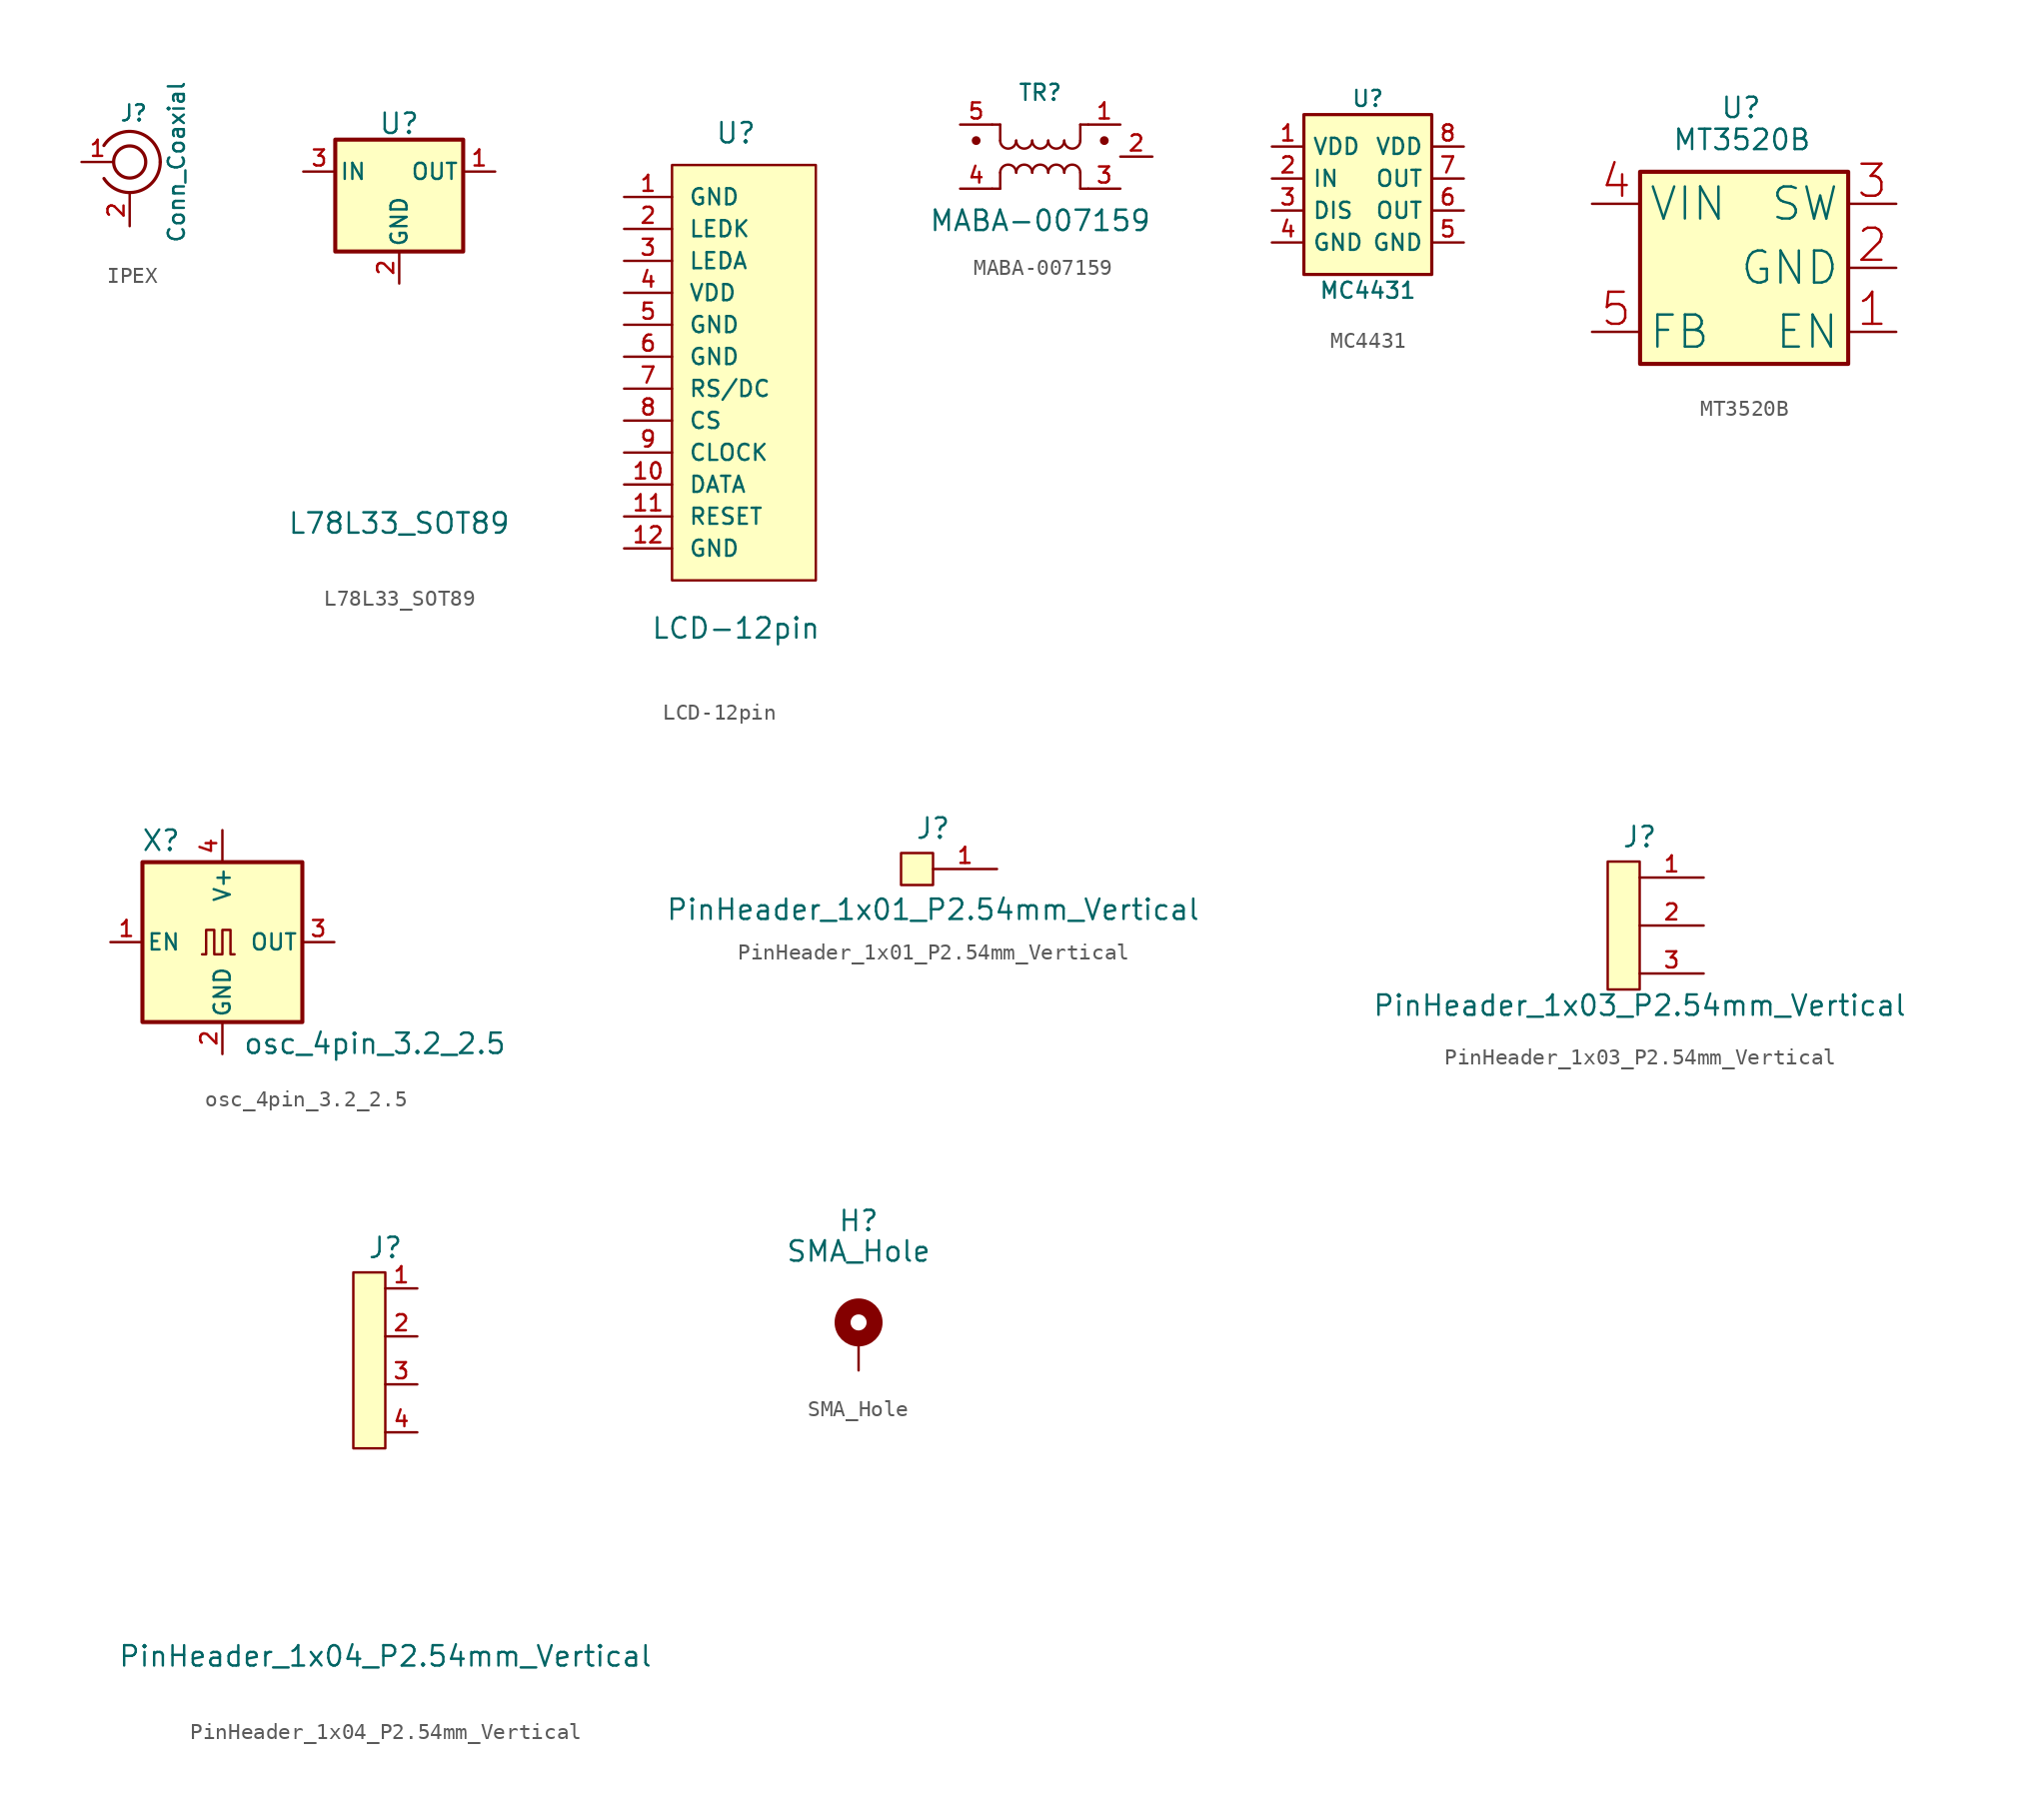
<source format=kicad_sym>
(kicad_symbol_lib
  (version 20231120)
  (generator "kicad_symbol_editor")
  (generator_version "8.0")
  (symbol "IPEX"
    (pin_names
      (offset 1.016) hide)
    (property "Reference" "J"
      (at 0.254 3.048 0)
      (effects (font (size 1 1))))
    (property "Value" "Conn_Coaxial"
      (at 2.921 0 90)
      (effects (font (size 1 1))))
    (symbol "IPEX_0_1"
      (circle (center 0 0) (radius 1) (stroke (width 0.203) (type default)) (fill (type none))))
    (symbol "IPEX_1_1"
      (arc (start -1.6025 -1.0296) (mid 0.5338 -1.8284) (end 1.9046 -0.0056) (stroke (width 0.2) (type default)) (fill (type none)))
      (arc (start 1.9062 0) (mid 0.5346 1.8297) (end -1.6065 1.0264) (stroke (width 0.2) (type default)) (fill (type none)))
      (pin passive line (at -3 0 0) (length 2) (name "In" (effects (font (size 1 1)))) (number "1" (effects (font (size 1 1)))))
      (pin passive line (at 0 -4 90) (length 2) (name "Ext" (effects (font (size 1 1)))) (number "2" (effects (font (size 1 1)))))))
  (symbol "L78L33_SOT89"
    (pin_names
      (offset 0.254))
    (property "Reference" "U"
      (at 0 3 0)
      (effects (font (size 1.27 1.27))))
    (property "Value" "L78L33_SOT89"
      (at -7 -22 0)
      (effects (font (size 1.27 1.27)) (justify left)))
    (symbol "L78L33_SOT89_0_1"
      (rectangle (start -4 2) (end 4 -5) (stroke (width 0.254) (type default)) (fill (type background))))
    (symbol "L78L33_SOT89_1_1"
      (pin power_out line (at 6 0 180) (length 2) (name "OUT" (effects (font (size 1 1)))) (number "1" (effects (font (size 1 1)))))
      (pin power_in line (at 0 -7 90) (length 2) (name "GND" (effects (font (size 1 1)))) (number "2" (effects (font (size 1 1)))))
      (pin power_in line (at -6 0 0) (length 2) (name "IN" (effects (font (size 1 1)))) (number "3" (effects (font (size 1 1)))))))
  (symbol "LCD-12pin"
    (pin_names
      (offset 1.016))
    (property "Reference" "U"
      (at 7 4 0)
      (effects (font (size 1.27 1.27))))
    (property "Value" "LCD-12pin"
      (at 7 -27 0)
      (effects (font (size 1.27 1.27))))
    (symbol "LCD-12pin_1_1"
      (rectangle (start 3 2) (end 12 -24) (stroke (width 0) (type default)) (fill (type background)))
      (pin bidirectional line (at 0 0 0) (length 3) (name "GND" (effects (font (size 1 1)))) (number "1" (effects (font (size 1 1)))))
      (pin passive line (at 0 -18 0) (length 3) (name "DATA" (effects (font (size 1 1)))) (number "10" (effects (font (size 1 1)))))
      (pin passive line (at 0 -20 0) (length 3) (name "RESET" (effects (font (size 1 1)))) (number "11" (effects (font (size 1 1)))))
      (pin passive line (at 0 -22 0) (length 3) (name "GND" (effects (font (size 1 1)))) (number "12" (effects (font (size 1 1)))))
      (pin passive line (at 0 -2 0) (length 3) (name "LEDK" (effects (font (size 1 1)))) (number "2" (effects (font (size 1 1)))))
      (pin passive line (at 0 -4 0) (length 3) (name "LEDA" (effects (font (size 1 1)))) (number "3" (effects (font (size 1 1)))))
      (pin passive line (at 0 -6 0) (length 3) (name "VDD" (effects (font (size 1 1)))) (number "4" (effects (font (size 1 1)))))
      (pin passive line (at 0 -8 0) (length 3) (name "GND" (effects (font (size 1 1)))) (number "5" (effects (font (size 1 1)))))
      (pin passive line (at 0 -10 0) (length 3) (name "GND" (effects (font (size 1 1)))) (number "6" (effects (font (size 1 1)))))
      (pin passive line (at 0 -12 0) (length 3) (name "RS/DC" (effects (font (size 1 1)))) (number "7" (effects (font (size 1 1)))))
      (pin passive line (at 0 -14 0) (length 3) (name "CS" (effects (font (size 1 1)))) (number "8" (effects (font (size 1 1)))))
      (pin passive line (at 0 -16 0) (length 3) (name "CLOCK" (effects (font (size 1 1)))) (number "9" (effects (font (size 1 1)))))))
  (symbol "MABA-007159"
    (pin_names hide)
    (property "Reference" "TR"
      (at 0 3 0)
      (effects (font (size 1 1))))
    (property "Value" "MABA-007159"
      (at 0 -5 0)
      (effects (font (size 1.27 1.27))))
    (symbol "MABA-007159_1_1"
      (circle (center -4 0) (radius 0.2) (stroke (width 0) (type default)) (fill (type outline)))
      (arc (start -2.5 0) (mid -2 -0.5) (end -1.5 0) (stroke (width 0) (type default)) (fill (type none)))
      (arc (start -1.5 -2) (mid -2 -1.5) (end -2.5 -2) (stroke (width 0) (type default)) (fill (type none)))
      (arc (start -1.5 0) (mid -1 -0.5) (end -0.5 0) (stroke (width 0) (type default)) (fill (type none)))
      (arc (start -0.5 -2) (mid -1 -1.5) (end -1.5 -2) (stroke (width 0) (type default)) (fill (type none)))
      (arc (start -0.5 0) (mid 0 -0.5) (end 0.5 0) (stroke (width 0) (type default)) (fill (type none)))
      (polyline (pts (xy -3 -3) (xy -2.5 -3)) (stroke (width 0) (type default)) (fill (type none)))
      (polyline (pts (xy -2.5 -2) (xy -2.5 -3)) (stroke (width 0) (type default)) (fill (type none)))
      (polyline (pts (xy -2.5 0) (xy -2.5 1)) (stroke (width 0) (type default)) (fill (type none)))
      (polyline (pts (xy -2.5 1) (xy -3 1)) (stroke (width 0) (type default)) (fill (type none)))
      (polyline (pts (xy 2.5 -3) (xy 3 -3)) (stroke (width 0) (type default)) (fill (type none)))
      (polyline (pts (xy 2.5 -2) (xy 2.5 -3)) (stroke (width 0) (type default)) (fill (type none)))
      (polyline (pts (xy 2.5 1) (xy 2.5 -0.008)) (stroke (width 0) (type default)) (fill (type none)))
      (polyline (pts (xy 2.5 1) (xy 3 1)) (stroke (width 0) (type default)) (fill (type none)))
      (arc (start 0.5 -2) (mid 0 -1.5) (end -0.5 -2) (stroke (width 0) (type default)) (fill (type none)))
      (arc (start 0.5 0) (mid 1 -0.5) (end 1.5 0) (stroke (width 0) (type default)) (fill (type none)))
      (arc (start 1.5 -2) (mid 1 -1.5) (end 0.5 -2) (stroke (width 0) (type default)) (fill (type none)))
      (arc (start 1.5 0) (mid 2 -0.5) (end 2.5 0) (stroke (width 0) (type default)) (fill (type none)))
      (arc (start 2.5 -2) (mid 2 -1.5) (end 1.5 -2) (stroke (width 0) (type default)) (fill (type none)))
      (circle (center 4 0) (radius 0.2) (stroke (width 0) (type default)) (fill (type outline)))
      (pin passive line (at 5 1 180) (length 2) (name "~" (effects (font (size 1 1)))) (number "1" (effects (font (size 1 1)))))
      (pin passive line (at 7 -1 180) (length 2) (name "~" (effects (font (size 1 1)))) (number "2" (effects (font (size 1 1)))))
      (pin passive line (at 5 -3 180) (length 2) (name "~" (effects (font (size 1 1)))) (number "3" (effects (font (size 1 1)))))
      (pin passive line (at -5 -3 0) (length 2) (name "~" (effects (font (size 1 1)))) (number "4" (effects (font (size 1 1)))))
      (pin passive line (at -5 1 0) (length 2) (name "~" (effects (font (size 1 1)))) (number "5" (effects (font (size 1 1)))))))
  (symbol "MC4431"
    (property "Reference" "U"
      (at 0 6 0)
      (effects (font (size 1 1))))
    (property "Value" "MC4431"
      (at 0 -6 0)
      (effects (font (size 1 1))))
    (symbol "MC4431_1_1"
      (rectangle (start -4 5) (end 4 -5) (stroke (width 0.2) (type default)) (fill (type background)))
      (pin power_in line (at -6 3 0) (length 2) (name "VDD" (effects (font (size 1 1)))) (number "1" (effects (font (size 1 1)))))
      (pin input line (at -6 1 0) (length 2) (name "IN" (effects (font (size 1 1)))) (number "2" (effects (font (size 1 1)))))
      (pin input line (at -6 -1 0) (length 2) (name "DIS" (effects (font (size 1 1)))) (number "3" (effects (font (size 1 1)))))
      (pin power_in line (at -6 -3 0) (length 2) (name "GND" (effects (font (size 1 1)))) (number "4" (effects (font (size 1 1)))))
      (pin power_in line (at 6 -3 180) (length 2) (name "GND" (effects (font (size 1 1)))) (number "5" (effects (font (size 1 1)))))
      (pin output line (at 6 -1 180) (length 2) (name "OUT" (effects (font (size 1 1)))) (number "6" (effects (font (size 1 1)))))
      (pin output line (at 6 1 180) (length 2) (name "OUT" (effects (font (size 1 1)))) (number "7" (effects (font (size 1 1)))))
      (pin power_in line (at 6 3 180) (length 2) (name "VDD" (effects (font (size 1 1)))) (number "8" (effects (font (size 1 1)))))))
  (symbol "MT3520B"
    (property "Reference" "U"
      (at 0 9 0)
      (effects (font (size 1.27 1.27)) (justify left)))
    (property "Value" "MT3520B"
      (at -3 7 0)
      (effects (font (size 1.27 1.27)) (justify left)))
    (symbol "MT3520B_0_1"
      (rectangle (start -5 5) (end 8 -7) (stroke (width 0.254) (type default)) (fill (type background))))
    (symbol "MT3520B_1_1"
      (pin input line (at 11 -5 180) (length 3) (name "EN" (effects (font (size 2 2)))) (number "1" (effects (font (size 2 2)))))
      (pin passive line (at 11 -1 180) (length 3) (name "GND" (effects (font (size 2 2)))) (number "2" (effects (font (size 2 2)))))
      (pin power_out line (at 11 3 180) (length 3) (name "SW" (effects (font (size 2 2)))) (number "3" (effects (font (size 2 2)))))
      (pin power_in line (at -8 3 0) (length 3) (name "VIN" (effects (font (size 2 2)))) (number "4" (effects (font (size 2 2)))))
      (pin power_in line (at -8 -5 0) (length 3) (name "FB" (effects (font (size 2 2)))) (number "5" (effects (font (size 2 2)))))))
  (symbol "osc_4pin_3.2_2.5"
    (pin_names
      (offset 0.254))
    (property "Reference" "X"
      (at -5.08 6.35 0)
      (effects (font (size 1.27 1.27)) (justify left)))
    (property "Value" "osc_4pin_3.2_2.5"
      (at 1.27 -6.35 0)
      (effects (font (size 1.27 1.27)) (justify left)))
    (symbol "osc_4pin_3.2_2.5_0_1"
      (rectangle (start -5 5) (end 5 -5) (stroke (width 0.254) (type default)) (fill (type background)))
      (polyline (pts (xy 0.762 -0.762) (xy 0.508 -0.762) (xy 0.508 0.762) (xy 0 0.762) (xy 0 -0.762) (xy -0.508 -0.762) (xy -0.508 0.762) (xy -1.016 0.762) (xy -1.016 -0.762) (xy -1.27 -0.762)) (stroke (width 0) (type default)) (fill (type none))))
    (symbol "osc_4pin_3.2_2.5_1_1"
      (pin input line (at -7 0 0) (length 2) (name "EN" (effects (font (size 1 1)))) (number "1" (effects (font (size 1 1)))))
      (pin power_in line (at 0 -7 90) (length 2) (name "GND" (effects (font (size 1 1)))) (number "2" (effects (font (size 1 1)))))
      (pin output line (at 7 0 180) (length 2) (name "OUT" (effects (font (size 1 1)))) (number "3" (effects (font (size 1 1)))))
      (pin power_in line (at 0 7 270) (length 2) (name "V+" (effects (font (size 1 1)))) (number "4" (effects (font (size 1 1)))))))
  (symbol "PinHeader_1x01_P2.54mm_Vertical"
    (pin_names
      (offset 1.016) hide)
    (property "Reference" "J"
      (at 0 2.54 0)
      (effects (font (size 1.27 1.27))))
    (property "Value" "PinHeader_1x01_P2.54mm_Vertical"
      (at 0 -2.54 0)
      (effects (font (size 1.27 1.27))))
    (property "ki_locked" ""
      (at 0 0 0)
      (effects (font (size 1.27 1.27))))
    (symbol "PinHeader_1x01_P2.54mm_Vertical_1_1"
      (rectangle (start -2 1) (end 0 -1) (stroke (width 0) (type default)) (fill (type background)))
      (pin passive line (at 4 0 180) (length 4) (name "Pin_1" (effects (font (size 1 1)))) (number "1" (effects (font (size 1 1)))))))
  (symbol "PinHeader_1x03_P2.54mm_Vertical"
    (pin_names
      (offset 1.016) hide)
    (property "Reference" "J"
      (at 0 2.54 0)
      (effects (font (size 1.27 1.27))))
    (property "Value" "PinHeader_1x03_P2.54mm_Vertical"
      (at 0 -8 0)
      (effects (font (size 1.27 1.27))))
    (property "ki_locked" ""
      (at 0 0 0)
      (effects (font (size 1.27 1.27))))
    (symbol "PinHeader_1x03_P2.54mm_Vertical_1_1"
      (rectangle (start -2 1) (end 0 -7) (stroke (width 0) (type default)) (fill (type background)))
      (pin passive line (at 4 0 180) (length 4) (name "Pin_1" (effects (font (size 1 1)))) (number "1" (effects (font (size 1 1)))))
      (pin passive line (at 4 -3 180) (length 4) (name "Pin_2" (effects (font (size 1 1)))) (number "2" (effects (font (size 1 1)))))
      (pin passive line (at 4 -6 180) (length 4) (name "Pin_3" (effects (font (size 1 1)))) (number "3" (effects (font (size 1 1)))))))
  (symbol "PinHeader_1x04_P2.54mm_Vertical"
    (pin_names
      (offset 1.016) hide)
    (property "Reference" "J"
      (at 0 2.54 0)
      (effects (font (size 1.27 1.27))))
    (property "Value" "PinHeader_1x04_P2.54mm_Vertical"
      (at 0 -23 0)
      (effects (font (size 1.27 1.27))))
    (property "ki_locked" ""
      (at 0 0 0)
      (effects (font (size 1.27 1.27))))
    (symbol "PinHeader_1x04_P2.54mm_Vertical_1_1"
      (rectangle (start -2 1) (end 0 -10) (stroke (width 0) (type default)) (fill (type background)))
      (pin passive line (at 2 0 180) (length 2) (name "Pin_1" (effects (font (size 1 1)))) (number "1" (effects (font (size 1 1)))))
      (pin passive line (at 2 -3 180) (length 2) (name "Pin_2" (effects (font (size 1 1)))) (number "2" (effects (font (size 1 1)))))
      (pin passive line (at 2 -6 180) (length 2) (name "Pin_3" (effects (font (size 1 1)))) (number "3" (effects (font (size 1 1)))))
      (pin passive line (at 2 -9 180) (length 2) (name "Pin_4" (effects (font (size 1 1)))) (number "4" (effects (font (size 1 1)))))))
  (symbol "SMA_Hole"
    (pin_numbers hide)
    (pin_names
      (offset 1.016) hide)
    (property "Reference" "H"
      (at 0 6.35 0)
      (effects (font (size 1.27 1.27))))
    (property "Value" "SMA_Hole"
      (at 0 4.445 0)
      (effects (font (size 1.27 1.27))))
    (symbol "SMA_Hole_1_1"
      (circle (center 0 0) (radius 1) (stroke (width 1) (type default)) (fill (type none)))
      (pin input line (at 0 -3 90) (length 2) (name "1" (effects (font (size 1 1)))) (number "1" (effects (font (size 1 1))))))))
</source>
